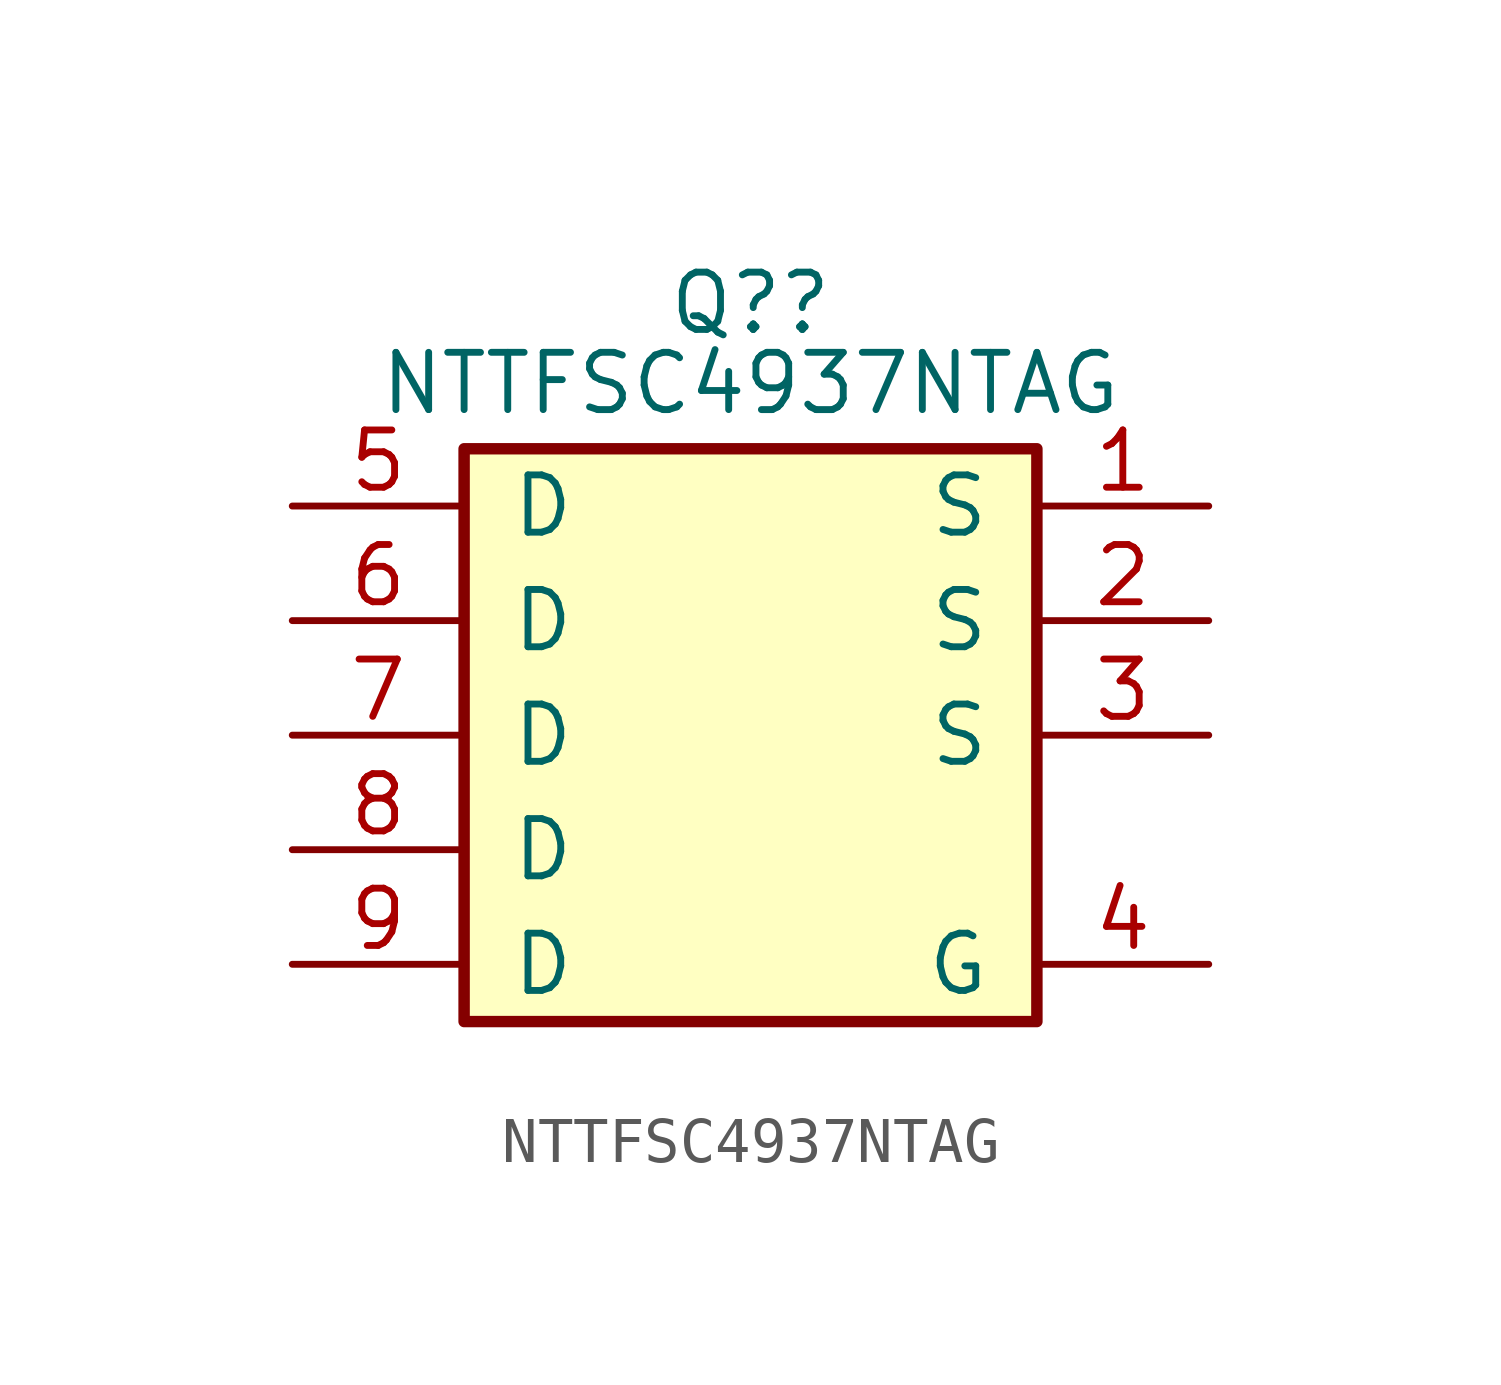
<source format=kicad_sym>
(kicad_symbol_lib
  (version 20231120)
  (generator "kicad_symbol_editor")
  (generator_version "8.0")
  (symbol "NTTFSC4937NTAG"
    (pin_names
      (offset 1.014))
    (property "Reference" "Q?"
      (at 0 9.576 0)
      (effects (font (size 1.27 1.27))))
    (property "Value" "NTTFSC4937NTAG"
      (at 0 7.798 0)
      (effects (font (size 1.27 1.27))))
    (property "Footprint" ""
      (at 0 6.35 0)
      (effects (font (size 1.27 1.27))))
    (property "Datasheet" ""
      (at 0 6.35 0)
      (effects (font (size 1.27 1.27))))
    (property "Description" ""
      (at 0 6.35 0)
      (effects (font (size 1.27 1.27))))
    (symbol "NTTFSC4937NTAG_1_1"
      (rectangle (start -6.35 -6.35) (end 6.35 6.35) (stroke (width 0.254) (type default)) (fill (type background)))
      (pin passive line (at 10.16 5.08 180) (length 3.81) (name "S" (effects (font (size 1.27 1.27)))) (number "1" (effects (font (size 1.27 1.27)))))
      (pin passive line (at 10.16 2.54 180) (length 3.81) (name "S" (effects (font (size 1.27 1.27)))) (number "2" (effects (font (size 1.27 1.27)))))
      (pin passive line (at 10.16 0 180) (length 3.81) (name "S" (effects (font (size 1.27 1.27)))) (number "3" (effects (font (size 1.27 1.27)))))
      (pin passive line (at 10.16 -5.08 180) (length 3.81) (name "G" (effects (font (size 1.27 1.27)))) (number "4" (effects (font (size 1.27 1.27)))))
      (pin passive line (at -10.16 5.08 0) (length 3.81) (name "D" (effects (font (size 1.27 1.27)))) (number "5" (effects (font (size 1.27 1.27)))))
      (pin passive line (at -10.16 2.54 0) (length 3.81) (name "D" (effects (font (size 1.27 1.27)))) (number "6" (effects (font (size 1.27 1.27)))))
      (pin passive line (at -10.16 0 0) (length 3.81) (name "D" (effects (font (size 1.27 1.27)))) (number "7" (effects (font (size 1.27 1.27)))))
      (pin passive line (at -10.16 -2.54 0) (length 3.81) (name "D" (effects (font (size 1.27 1.27)))) (number "8" (effects (font (size 1.27 1.27)))))
      (pin passive line (at -10.16 -5.08 0) (length 3.81) (name "D" (effects (font (size 1.27 1.27)))) (number "9" (effects (font (size 1.27 1.27))))))))
</source>
